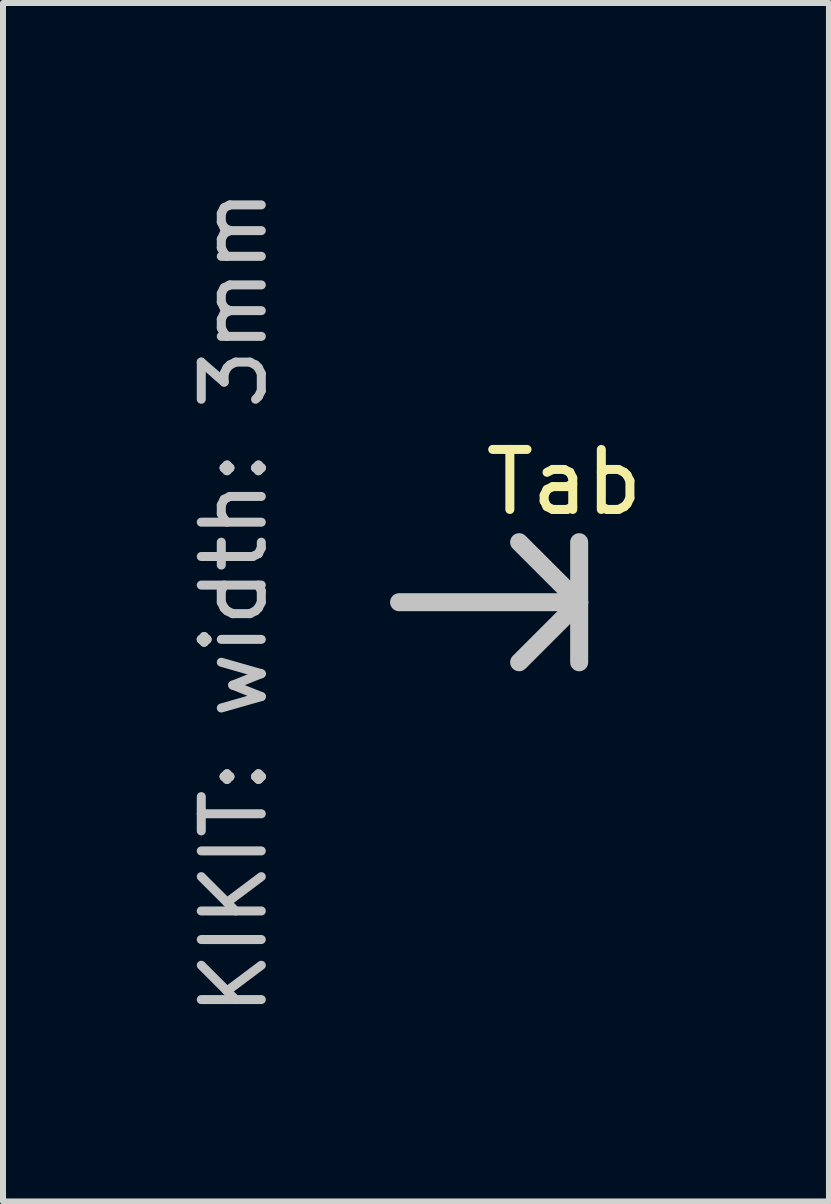
<source format=kicad_pcb>
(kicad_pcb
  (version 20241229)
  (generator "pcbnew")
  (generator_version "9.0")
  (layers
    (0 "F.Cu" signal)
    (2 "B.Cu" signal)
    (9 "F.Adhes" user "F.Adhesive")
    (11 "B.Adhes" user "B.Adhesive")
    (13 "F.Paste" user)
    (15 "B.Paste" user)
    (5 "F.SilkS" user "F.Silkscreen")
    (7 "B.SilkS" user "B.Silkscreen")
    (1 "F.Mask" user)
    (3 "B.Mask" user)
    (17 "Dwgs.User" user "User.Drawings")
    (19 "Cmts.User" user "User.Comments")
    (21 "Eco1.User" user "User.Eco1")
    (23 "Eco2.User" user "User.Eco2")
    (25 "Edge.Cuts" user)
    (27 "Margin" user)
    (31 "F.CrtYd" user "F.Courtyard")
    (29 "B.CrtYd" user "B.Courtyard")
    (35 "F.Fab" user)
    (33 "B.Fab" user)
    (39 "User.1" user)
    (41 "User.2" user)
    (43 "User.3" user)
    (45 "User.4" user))
  (footprint "Tab"
    (layer "F.Cu")
    (at 6.348 6.982)
    (property "Reference" "Tab" (at 0 -2 180) (layer "F.SilkS") (effects (font (size 1 1) (thickness 0.15))))
    (attr exclude_from_pos_files exclude_from_bom)
    (fp_line (start 0.25 0) (end -2.75 0) (stroke (width 0.3) (type solid)) (layer "Dwgs.User"))
    (fp_line (start 0.25 0) (end -0.75 -1) (stroke (width 0.3) (type solid)) (layer "Dwgs.User"))
    (fp_line (start 0.25 0) (end -0.75 1) (stroke (width 0.3) (type solid)) (layer "Dwgs.User"))
    (fp_line (start 0.25 1) (end 0.25 -1) (stroke (width 0.3) (type solid)) (layer "Dwgs.User"))
    (fp_text user "KIKIT: width: 3mm" (at -5.5 0 90) (layer "Dwgs.User") (effects (font (size 1 1) (thickness 0.15)))))
  (gr_rect
    (start -3 -3)
    (end 10.759 16.964)
    (stroke (width 0.1) (type default))
    (fill no)
    (layer "Edge.Cuts")))
</source>
